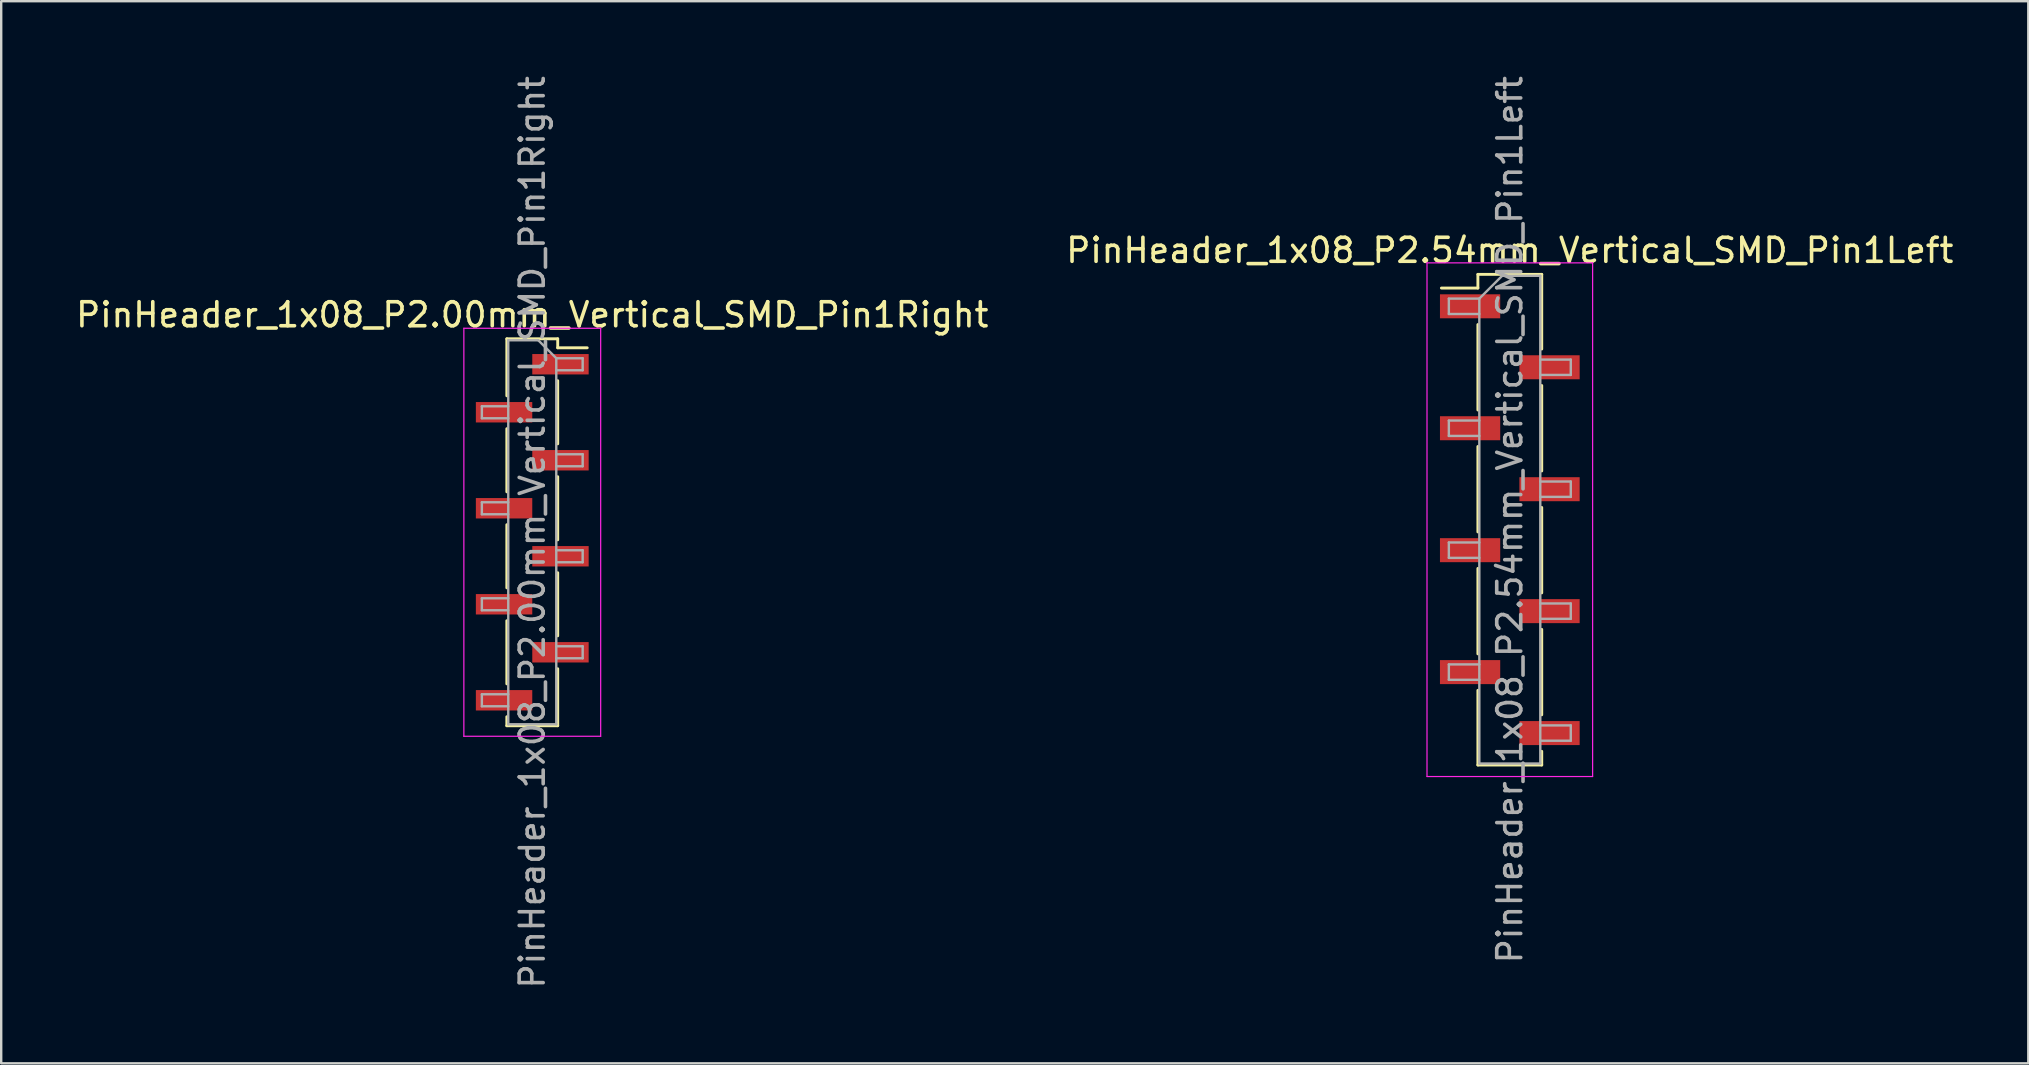
<source format=kicad_pcb>
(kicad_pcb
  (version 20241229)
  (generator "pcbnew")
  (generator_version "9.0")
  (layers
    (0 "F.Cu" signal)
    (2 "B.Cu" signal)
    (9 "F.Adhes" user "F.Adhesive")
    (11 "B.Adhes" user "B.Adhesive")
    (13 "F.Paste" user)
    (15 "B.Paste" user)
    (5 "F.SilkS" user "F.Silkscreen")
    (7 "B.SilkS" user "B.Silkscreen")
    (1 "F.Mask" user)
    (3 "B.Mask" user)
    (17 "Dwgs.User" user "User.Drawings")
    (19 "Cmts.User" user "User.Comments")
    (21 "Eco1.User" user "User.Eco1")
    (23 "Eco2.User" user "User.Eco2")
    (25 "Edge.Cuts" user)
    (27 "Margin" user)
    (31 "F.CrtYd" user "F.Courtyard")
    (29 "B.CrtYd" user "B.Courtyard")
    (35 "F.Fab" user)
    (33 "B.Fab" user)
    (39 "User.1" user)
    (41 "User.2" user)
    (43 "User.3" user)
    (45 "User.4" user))
  (footprint "PinHeader_1x08_P2.00mm_Vertical_SMD_Pin1Right"
    (layer "F.Cu")
    (at 19.125 19.125)
    (property "Reference" "PinHeader_1x08_P2.00mm_Vertical_SMD_Pin1Right" (at 0 -9.06 0) (layer "F.SilkS") (effects (font (size 1 1) (thickness 0.15))))
    (attr smd)
    (fp_line (start -1.06 -8.06) (end -1.06 -5.685) (stroke (width 0.12) (type solid)) (layer "F.SilkS"))
    (fp_line (start -1.06 -8.06) (end 1.06 -8.06) (stroke (width 0.12) (type solid)) (layer "F.SilkS"))
    (fp_line (start -1.06 -4.315) (end -1.06 -1.685) (stroke (width 0.12) (type solid)) (layer "F.SilkS"))
    (fp_line (start -1.06 -0.315) (end -1.06 2.315) (stroke (width 0.12) (type solid)) (layer "F.SilkS"))
    (fp_line (start -1.06 3.685) (end -1.06 6.315) (stroke (width 0.12) (type solid)) (layer "F.SilkS"))
    (fp_line (start -1.06 7.685) (end -1.06 8.06) (stroke (width 0.12) (type solid)) (layer "F.SilkS"))
    (fp_line (start -1.06 8.06) (end 1.06 8.06) (stroke (width 0.12) (type solid)) (layer "F.SilkS"))
    (fp_line (start 1.06 -8.06) (end 1.06 -7.685) (stroke (width 0.12) (type solid)) (layer "F.SilkS"))
    (fp_line (start 1.06 -7.685) (end 2.29 -7.685) (stroke (width 0.12) (type solid)) (layer "F.SilkS"))
    (fp_line (start 1.06 -6.315) (end 1.06 -3.685) (stroke (width 0.12) (type solid)) (layer "F.SilkS"))
    (fp_line (start 1.06 -2.315) (end 1.06 0.315) (stroke (width 0.12) (type solid)) (layer "F.SilkS"))
    (fp_line (start 1.06 1.685) (end 1.06 4.315) (stroke (width 0.12) (type solid)) (layer "F.SilkS"))
    (fp_line (start 1.06 5.685) (end 1.06 8.06) (stroke (width 0.12) (type solid)) (layer "F.SilkS"))
    (fp_line (start -2.85 -8.5) (end -2.85 8.5) (stroke (width 0.05) (type solid)) (layer "F.CrtYd"))
    (fp_line (start -2.85 8.5) (end 2.85 8.5) (stroke (width 0.05) (type solid)) (layer "F.CrtYd"))
    (fp_line (start 2.85 -8.5) (end -2.85 -8.5) (stroke (width 0.05) (type solid)) (layer "F.CrtYd"))
    (fp_line (start 2.85 8.5) (end 2.85 -8.5) (stroke (width 0.05) (type solid)) (layer "F.CrtYd"))
    (fp_line (start -2.1 -5.25) (end -2.1 -4.75) (stroke (width 0.1) (type solid)) (layer "F.Fab"))
    (fp_line (start -2.1 -4.75) (end -1 -4.75) (stroke (width 0.1) (type solid)) (layer "F.Fab"))
    (fp_line (start -2.1 -1.25) (end -2.1 -0.75) (stroke (width 0.1) (type solid)) (layer "F.Fab"))
    (fp_line (start -2.1 -0.75) (end -1 -0.75) (stroke (width 0.1) (type solid)) (layer "F.Fab"))
    (fp_line (start -2.1 2.75) (end -2.1 3.25) (stroke (width 0.1) (type solid)) (layer "F.Fab"))
    (fp_line (start -2.1 3.25) (end -1 3.25) (stroke (width 0.1) (type solid)) (layer "F.Fab"))
    (fp_line (start -2.1 6.75) (end -2.1 7.25) (stroke (width 0.1) (type solid)) (layer "F.Fab"))
    (fp_line (start -2.1 7.25) (end -1 7.25) (stroke (width 0.1) (type solid)) (layer "F.Fab"))
    (fp_line (start -1 -8) (end -1 8) (stroke (width 0.1) (type solid)) (layer "F.Fab"))
    (fp_line (start -1 -8) (end 0.25 -8) (stroke (width 0.1) (type solid)) (layer "F.Fab"))
    (fp_line (start -1 -5.25) (end -2.1 -5.25) (stroke (width 0.1) (type solid)) (layer "F.Fab"))
    (fp_line (start -1 -1.25) (end -2.1 -1.25) (stroke (width 0.1) (type solid)) (layer "F.Fab"))
    (fp_line (start -1 2.75) (end -2.1 2.75) (stroke (width 0.1) (type solid)) (layer "F.Fab"))
    (fp_line (start -1 6.75) (end -2.1 6.75) (stroke (width 0.1) (type solid)) (layer "F.Fab"))
    (fp_line (start 1 -7.25) (end 0.25 -8) (stroke (width 0.1) (type solid)) (layer "F.Fab"))
    (fp_line (start 1 -7.25) (end 2.1 -7.25) (stroke (width 0.1) (type solid)) (layer "F.Fab"))
    (fp_line (start 1 -3.25) (end 2.1 -3.25) (stroke (width 0.1) (type solid)) (layer "F.Fab"))
    (fp_line (start 1 0.75) (end 2.1 0.75) (stroke (width 0.1) (type solid)) (layer "F.Fab"))
    (fp_line (start 1 4.75) (end 2.1 4.75) (stroke (width 0.1) (type solid)) (layer "F.Fab"))
    (fp_line (start 1 8) (end -1 8) (stroke (width 0.1) (type solid)) (layer "F.Fab"))
    (fp_line (start 1 8) (end 1 -7.25) (stroke (width 0.1) (type solid)) (layer "F.Fab"))
    (fp_line (start 2.1 -7.25) (end 2.1 -6.75) (stroke (width 0.1) (type solid)) (layer "F.Fab"))
    (fp_line (start 2.1 -6.75) (end 1 -6.75) (stroke (width 0.1) (type solid)) (layer "F.Fab"))
    (fp_line (start 2.1 -3.25) (end 2.1 -2.75) (stroke (width 0.1) (type solid)) (layer "F.Fab"))
    (fp_line (start 2.1 -2.75) (end 1 -2.75) (stroke (width 0.1) (type solid)) (layer "F.Fab"))
    (fp_line (start 2.1 0.75) (end 2.1 1.25) (stroke (width 0.1) (type solid)) (layer "F.Fab"))
    (fp_line (start 2.1 1.25) (end 1 1.25) (stroke (width 0.1) (type solid)) (layer "F.Fab"))
    (fp_line (start 2.1 4.75) (end 2.1 5.25) (stroke (width 0.1) (type solid)) (layer "F.Fab"))
    (fp_line (start 2.1 5.25) (end 1 5.25) (stroke (width 0.1) (type solid)) (layer "F.Fab"))
    (fp_text user "${REFERENCE}" (at 0 0 90) (layer "F.Fab") (effects (font (size 1 1) (thickness 0.15))))
    (pad "1" smd rect (at 1.175 -7) (size 2.35 0.85) (layers "F.Cu" "F.Mask" "F.Paste"))
    (pad "2" smd rect (at -1.175 -5) (size 2.35 0.85) (layers "F.Cu" "F.Mask" "F.Paste"))
    (pad "3" smd rect (at 1.175 -3) (size 2.35 0.85) (layers "F.Cu" "F.Mask" "F.Paste"))
    (pad "4" smd rect (at -1.175 -1) (size 2.35 0.85) (layers "F.Cu" "F.Mask" "F.Paste"))
    (pad "5" smd rect (at 1.175 1) (size 2.35 0.85) (layers "F.Cu" "F.Mask" "F.Paste"))
    (pad "6" smd rect (at -1.175 3) (size 2.35 0.85) (layers "F.Cu" "F.Mask" "F.Paste"))
    (pad "7" smd rect (at 1.175 5) (size 2.35 0.85) (layers "F.Cu" "F.Mask" "F.Paste"))
    (pad "8" smd rect (at -1.175 7) (size 2.35 0.85) (layers "F.Cu" "F.Mask" "F.Paste")))
  (footprint "PinHeader_1x08_P2.54mm_Vertical_SMD_Pin1Left"
    (layer "F.Cu")
    (at 59.851 18.601)
    (property "Reference" "PinHeader_1x08_P2.54mm_Vertical_SMD_Pin1Left" (at 0 -11.22 0) (layer "F.SilkS") (effects (font (size 1 1) (thickness 0.15))))
    (attr smd)
    (fp_line (start -1.33 -10.22) (end -1.33 -9.65) (stroke (width 0.12) (type solid)) (layer "F.SilkS"))
    (fp_line (start -1.33 -10.22) (end 1.33 -10.22) (stroke (width 0.12) (type solid)) (layer "F.SilkS"))
    (fp_line (start -1.33 -9.65) (end -2.85 -9.65) (stroke (width 0.12) (type solid)) (layer "F.SilkS"))
    (fp_line (start -1.33 -8.13) (end -1.33 -4.57) (stroke (width 0.12) (type solid)) (layer "F.SilkS"))
    (fp_line (start -1.33 -3.05) (end -1.33 0.51) (stroke (width 0.12) (type solid)) (layer "F.SilkS"))
    (fp_line (start -1.33 2.03) (end -1.33 5.59) (stroke (width 0.12) (type solid)) (layer "F.SilkS"))
    (fp_line (start -1.33 7.11) (end -1.33 10.22) (stroke (width 0.12) (type solid)) (layer "F.SilkS"))
    (fp_line (start -1.33 10.22) (end 1.33 10.22) (stroke (width 0.12) (type solid)) (layer "F.SilkS"))
    (fp_line (start 1.33 -10.22) (end 1.33 -7.11) (stroke (width 0.12) (type solid)) (layer "F.SilkS"))
    (fp_line (start 1.33 -5.59) (end 1.33 -2.03) (stroke (width 0.12) (type solid)) (layer "F.SilkS"))
    (fp_line (start 1.33 -0.51) (end 1.33 3.05) (stroke (width 0.12) (type solid)) (layer "F.SilkS"))
    (fp_line (start 1.33 4.57) (end 1.33 8.13) (stroke (width 0.12) (type solid)) (layer "F.SilkS"))
    (fp_line (start 1.33 9.65) (end 1.33 10.22) (stroke (width 0.12) (type solid)) (layer "F.SilkS"))
    (fp_line (start -3.45 -10.7) (end -3.45 10.7) (stroke (width 0.05) (type solid)) (layer "F.CrtYd"))
    (fp_line (start -3.45 10.7) (end 3.45 10.7) (stroke (width 0.05) (type solid)) (layer "F.CrtYd"))
    (fp_line (start 3.45 -10.7) (end -3.45 -10.7) (stroke (width 0.05) (type solid)) (layer "F.CrtYd"))
    (fp_line (start 3.45 10.7) (end 3.45 -10.7) (stroke (width 0.05) (type solid)) (layer "F.CrtYd"))
    (fp_line (start -2.54 -9.21) (end -2.54 -8.57) (stroke (width 0.1) (type solid)) (layer "F.Fab"))
    (fp_line (start -2.54 -8.57) (end -1.27 -8.57) (stroke (width 0.1) (type solid)) (layer "F.Fab"))
    (fp_line (start -2.54 -4.13) (end -2.54 -3.49) (stroke (width 0.1) (type solid)) (layer "F.Fab"))
    (fp_line (start -2.54 -3.49) (end -1.27 -3.49) (stroke (width 0.1) (type solid)) (layer "F.Fab"))
    (fp_line (start -2.54 0.95) (end -2.54 1.59) (stroke (width 0.1) (type solid)) (layer "F.Fab"))
    (fp_line (start -2.54 1.59) (end -1.27 1.59) (stroke (width 0.1) (type solid)) (layer "F.Fab"))
    (fp_line (start -2.54 6.03) (end -2.54 6.67) (stroke (width 0.1) (type solid)) (layer "F.Fab"))
    (fp_line (start -2.54 6.67) (end -1.27 6.67) (stroke (width 0.1) (type solid)) (layer "F.Fab"))
    (fp_line (start -1.27 -9.21) (end -2.54 -9.21) (stroke (width 0.1) (type solid)) (layer "F.Fab"))
    (fp_line (start -1.27 -9.21) (end -0.32 -10.16) (stroke (width 0.1) (type solid)) (layer "F.Fab"))
    (fp_line (start -1.27 -4.13) (end -2.54 -4.13) (stroke (width 0.1) (type solid)) (layer "F.Fab"))
    (fp_line (start -1.27 0.95) (end -2.54 0.95) (stroke (width 0.1) (type solid)) (layer "F.Fab"))
    (fp_line (start -1.27 6.03) (end -2.54 6.03) (stroke (width 0.1) (type solid)) (layer "F.Fab"))
    (fp_line (start -1.27 10.16) (end -1.27 -9.21) (stroke (width 0.1) (type solid)) (layer "F.Fab"))
    (fp_line (start -0.32 -10.16) (end 1.27 -10.16) (stroke (width 0.1) (type solid)) (layer "F.Fab"))
    (fp_line (start 1.27 -10.16) (end 1.27 10.16) (stroke (width 0.1) (type solid)) (layer "F.Fab"))
    (fp_line (start 1.27 -6.67) (end 2.54 -6.67) (stroke (width 0.1) (type solid)) (layer "F.Fab"))
    (fp_line (start 1.27 -1.59) (end 2.54 -1.59) (stroke (width 0.1) (type solid)) (layer "F.Fab"))
    (fp_line (start 1.27 3.49) (end 2.54 3.49) (stroke (width 0.1) (type solid)) (layer "F.Fab"))
    (fp_line (start 1.27 8.57) (end 2.54 8.57) (stroke (width 0.1) (type solid)) (layer "F.Fab"))
    (fp_line (start 1.27 10.16) (end -1.27 10.16) (stroke (width 0.1) (type solid)) (layer "F.Fab"))
    (fp_line (start 2.54 -6.67) (end 2.54 -6.03) (stroke (width 0.1) (type solid)) (layer "F.Fab"))
    (fp_line (start 2.54 -6.03) (end 1.27 -6.03) (stroke (width 0.1) (type solid)) (layer "F.Fab"))
    (fp_line (start 2.54 -1.59) (end 2.54 -0.95) (stroke (width 0.1) (type solid)) (layer "F.Fab"))
    (fp_line (start 2.54 -0.95) (end 1.27 -0.95) (stroke (width 0.1) (type solid)) (layer "F.Fab"))
    (fp_line (start 2.54 3.49) (end 2.54 4.13) (stroke (width 0.1) (type solid)) (layer "F.Fab"))
    (fp_line (start 2.54 4.13) (end 1.27 4.13) (stroke (width 0.1) (type solid)) (layer "F.Fab"))
    (fp_line (start 2.54 8.57) (end 2.54 9.21) (stroke (width 0.1) (type solid)) (layer "F.Fab"))
    (fp_line (start 2.54 9.21) (end 1.27 9.21) (stroke (width 0.1) (type solid)) (layer "F.Fab"))
    (fp_text user "${REFERENCE}" (at 0 0 90) (layer "F.Fab") (effects (font (size 1 1) (thickness 0.15))))
    (pad "1" smd rect (at -1.655 -8.89) (size 2.51 1) (layers "F.Cu" "F.Mask" "F.Paste"))
    (pad "2" smd rect (at 1.655 -6.35) (size 2.51 1) (layers "F.Cu" "F.Mask" "F.Paste"))
    (pad "3" smd rect (at -1.655 -3.81) (size 2.51 1) (layers "F.Cu" "F.Mask" "F.Paste"))
    (pad "4" smd rect (at 1.655 -1.27) (size 2.51 1) (layers "F.Cu" "F.Mask" "F.Paste"))
    (pad "5" smd rect (at -1.655 1.27) (size 2.51 1) (layers "F.Cu" "F.Mask" "F.Paste"))
    (pad "6" smd rect (at 1.655 3.81) (size 2.51 1) (layers "F.Cu" "F.Mask" "F.Paste"))
    (pad "7" smd rect (at -1.655 6.35) (size 2.51 1) (layers "F.Cu" "F.Mask" "F.Paste"))
    (pad "8" smd rect (at 1.655 8.89) (size 2.51 1) (layers "F.Cu" "F.Mask" "F.Paste")))
  (gr_rect
    (start -3 -3)
    (end 81.452 41.25)
    (stroke (width 0.1) (type default))
    (fill no)
    (layer "Edge.Cuts")))
</source>
